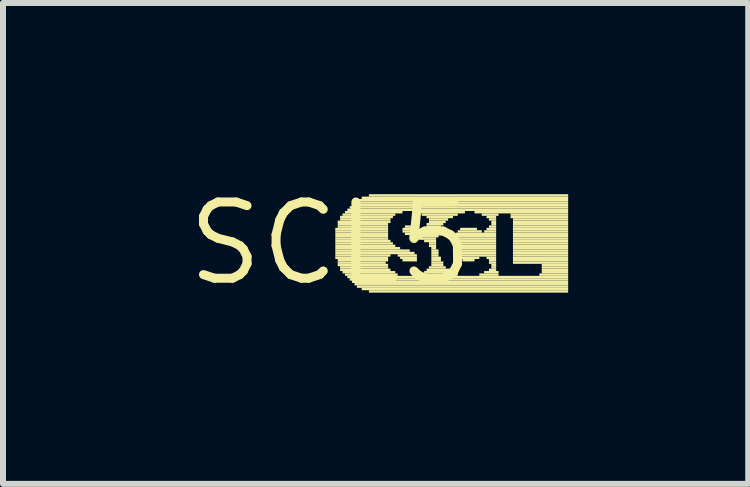
<source format=kicad_pcb>
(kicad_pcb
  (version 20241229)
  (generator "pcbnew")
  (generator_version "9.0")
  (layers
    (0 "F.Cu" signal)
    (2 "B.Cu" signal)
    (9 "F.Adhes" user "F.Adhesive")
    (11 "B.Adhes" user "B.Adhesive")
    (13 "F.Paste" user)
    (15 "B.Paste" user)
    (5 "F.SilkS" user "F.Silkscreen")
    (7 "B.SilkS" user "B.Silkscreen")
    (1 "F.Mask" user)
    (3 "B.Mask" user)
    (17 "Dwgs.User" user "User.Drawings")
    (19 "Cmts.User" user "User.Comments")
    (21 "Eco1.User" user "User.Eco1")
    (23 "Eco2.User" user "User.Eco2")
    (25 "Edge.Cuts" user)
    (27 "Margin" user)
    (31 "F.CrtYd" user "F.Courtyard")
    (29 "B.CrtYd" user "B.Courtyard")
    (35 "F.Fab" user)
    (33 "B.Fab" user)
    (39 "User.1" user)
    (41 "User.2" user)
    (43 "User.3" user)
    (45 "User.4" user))
  (footprint "SCL5"
    (layer "F.Cu")
    (at 2.457 1.006)
    (property "Reference" "SCL5" (at 0 0 0) (layer "F.SilkS") (effects (font (size 1.27 1.27) (thickness 0.15))))
    (attr through_hole)
    (fp_poly (pts (xy 0.08 -0.22) (xy 0.96 -0.22) (xy 0.96 -0.26) (xy 0.08 -0.26)) (stroke (width 0) (type solid)) (fill yes) (layer "F.SilkS"))
    (fp_poly (pts (xy 0.08 -0.18) (xy 0.96 -0.18) (xy 0.96 -0.22) (xy 0.08 -0.22)) (stroke (width 0) (type solid)) (fill yes) (layer "F.SilkS"))
    (fp_poly (pts (xy 0.08 -0.14) (xy 0.96 -0.14) (xy 0.96 -0.18) (xy 0.08 -0.18)) (stroke (width 0) (type solid)) (fill yes) (layer "F.SilkS"))
    (fp_poly (pts (xy 0.08 -0.1) (xy 0.96 -0.1) (xy 0.96 -0.14) (xy 0.08 -0.14)) (stroke (width 0) (type solid)) (fill yes) (layer "F.SilkS"))
    (fp_poly (pts (xy 0.08 -0.06) (xy 0.96 -0.06) (xy 0.96 -0.1) (xy 0.08 -0.1)) (stroke (width 0) (type solid)) (fill yes) (layer "F.SilkS"))
    (fp_poly (pts (xy 0.08 -0.02) (xy 1 -0.02) (xy 1 -0.06) (xy 0.08 -0.06)) (stroke (width 0) (type solid)) (fill yes) (layer "F.SilkS"))
    (fp_poly (pts (xy 0.08 0.02) (xy 1.04 0.02) (xy 1.04 -0.02) (xy 0.08 -0.02)) (stroke (width 0) (type solid)) (fill yes) (layer "F.SilkS"))
    (fp_poly (pts (xy 0.08 0.06) (xy 1.08 0.06) (xy 1.08 0.02) (xy 0.08 0.02)) (stroke (width 0) (type solid)) (fill yes) (layer "F.SilkS"))
    (fp_poly (pts (xy 0.08 0.1) (xy 1.16 0.1) (xy 1.16 0.06) (xy 0.08 0.06)) (stroke (width 0) (type solid)) (fill yes) (layer "F.SilkS"))
    (fp_poly (pts (xy 0.08 0.14) (xy 1.32 0.14) (xy 1.32 0.1) (xy 0.08 0.1)) (stroke (width 0) (type solid)) (fill yes) (layer "F.SilkS"))
    (fp_poly (pts (xy 0.08 0.18) (xy 1.4 0.18) (xy 1.4 0.14) (xy 0.08 0.14)) (stroke (width 0) (type solid)) (fill yes) (layer "F.SilkS"))
    (fp_poly (pts (xy 0.08 0.22) (xy 1 0.22) (xy 1 0.18) (xy 0.08 0.18)) (stroke (width 0) (type solid)) (fill yes) (layer "F.SilkS"))
    (fp_poly (pts (xy 0.08 0.26) (xy 0.96 0.26) (xy 0.96 0.22) (xy 0.08 0.22)) (stroke (width 0) (type solid)) (fill yes) (layer "F.SilkS"))
    (fp_poly (pts (xy 0.12 -0.34) (xy 1 -0.34) (xy 1 -0.38) (xy 0.12 -0.38)) (stroke (width 0) (type solid)) (fill yes) (layer "F.SilkS"))
    (fp_poly (pts (xy 0.12 -0.3) (xy 0.96 -0.3) (xy 0.96 -0.34) (xy 0.12 -0.34)) (stroke (width 0) (type solid)) (fill yes) (layer "F.SilkS"))
    (fp_poly (pts (xy 0.12 -0.26) (xy 0.96 -0.26) (xy 0.96 -0.3) (xy 0.12 -0.3)) (stroke (width 0) (type solid)) (fill yes) (layer "F.SilkS"))
    (fp_poly (pts (xy 0.12 0.3) (xy 0.96 0.3) (xy 0.96 0.26) (xy 0.12 0.26)) (stroke (width 0) (type solid)) (fill yes) (layer "F.SilkS"))
    (fp_poly (pts (xy 0.12 0.34) (xy 0.92 0.34) (xy 0.92 0.3) (xy 0.12 0.3)) (stroke (width 0) (type solid)) (fill yes) (layer "F.SilkS"))
    (fp_poly (pts (xy 0.12 0.38) (xy 0.96 0.38) (xy 0.96 0.34) (xy 0.12 0.34)) (stroke (width 0) (type solid)) (fill yes) (layer "F.SilkS"))
    (fp_poly (pts (xy 0.16 -0.42) (xy 1.04 -0.42) (xy 1.04 -0.46) (xy 0.16 -0.46)) (stroke (width 0) (type solid)) (fill yes) (layer "F.SilkS"))
    (fp_poly (pts (xy 0.16 -0.38) (xy 1 -0.38) (xy 1 -0.42) (xy 0.16 -0.42)) (stroke (width 0) (type solid)) (fill yes) (layer "F.SilkS"))
    (fp_poly (pts (xy 0.16 0.42) (xy 0.96 0.42) (xy 0.96 0.38) (xy 0.16 0.38)) (stroke (width 0) (type solid)) (fill yes) (layer "F.SilkS"))
    (fp_poly (pts (xy 0.16 0.46) (xy 1 0.46) (xy 1 0.42) (xy 0.16 0.42)) (stroke (width 0) (type solid)) (fill yes) (layer "F.SilkS"))
    (fp_poly (pts (xy 0.2 -0.46) (xy 1.08 -0.46) (xy 1.08 -0.5) (xy 0.2 -0.5)) (stroke (width 0) (type solid)) (fill yes) (layer "F.SilkS"))
    (fp_poly (pts (xy 0.2 0.5) (xy 1.08 0.5) (xy 1.08 0.46) (xy 0.2 0.46)) (stroke (width 0) (type solid)) (fill yes) (layer "F.SilkS"))
    (fp_poly (pts (xy 0.24 -0.5) (xy 1.2 -0.5) (xy 1.2 -0.54) (xy 0.24 -0.54)) (stroke (width 0) (type solid)) (fill yes) (layer "F.SilkS"))
    (fp_poly (pts (xy 0.24 0.54) (xy 1.12 0.54) (xy 1.12 0.5) (xy 0.24 0.5)) (stroke (width 0) (type solid)) (fill yes) (layer "F.SilkS"))
    (fp_poly (pts (xy 0.28 -0.54) (xy 3.96 -0.54) (xy 3.96 -0.58) (xy 0.28 -0.58)) (stroke (width 0) (type solid)) (fill yes) (layer "F.SilkS"))
    (fp_poly (pts (xy 0.28 0.58) (xy 3.96 0.58) (xy 3.96 0.54) (xy 0.28 0.54)) (stroke (width 0) (type solid)) (fill yes) (layer "F.SilkS"))
    (fp_poly (pts (xy 0.32 -0.58) (xy 3.96 -0.58) (xy 3.96 -0.62) (xy 0.32 -0.62)) (stroke (width 0) (type solid)) (fill yes) (layer "F.SilkS"))
    (fp_poly (pts (xy 0.32 0.62) (xy 3.96 0.62) (xy 3.96 0.58) (xy 0.32 0.58)) (stroke (width 0) (type solid)) (fill yes) (layer "F.SilkS"))
    (fp_poly (pts (xy 0.36 -0.62) (xy 3.96 -0.62) (xy 3.96 -0.66) (xy 0.36 -0.66)) (stroke (width 0) (type solid)) (fill yes) (layer "F.SilkS"))
    (fp_poly (pts (xy 0.36 0.66) (xy 3.96 0.66) (xy 3.96 0.62) (xy 0.36 0.62)) (stroke (width 0) (type solid)) (fill yes) (layer "F.SilkS"))
    (fp_poly (pts (xy 0.4 -0.66) (xy 3.96 -0.66) (xy 3.96 -0.7) (xy 0.4 -0.7)) (stroke (width 0) (type solid)) (fill yes) (layer "F.SilkS"))
    (fp_poly (pts (xy 0.4 0.7) (xy 3.96 0.7) (xy 3.96 0.66) (xy 0.4 0.66)) (stroke (width 0) (type solid)) (fill yes) (layer "F.SilkS"))
    (fp_poly (pts (xy 0.44 -0.7) (xy 3.96 -0.7) (xy 3.96 -0.74) (xy 0.44 -0.74)) (stroke (width 0) (type solid)) (fill yes) (layer "F.SilkS"))
    (fp_poly (pts (xy 0.44 0.74) (xy 3.96 0.74) (xy 3.96 0.7) (xy 0.44 0.7)) (stroke (width 0) (type solid)) (fill yes) (layer "F.SilkS"))
    (fp_poly (pts (xy 0.52 -0.74) (xy 3.96 -0.74) (xy 3.96 -0.78) (xy 0.52 -0.78)) (stroke (width 0) (type solid)) (fill yes) (layer "F.SilkS"))
    (fp_poly (pts (xy 0.52 0.78) (xy 3.96 0.78) (xy 3.96 0.74) (xy 0.52 0.74)) (stroke (width 0) (type solid)) (fill yes) (layer "F.SilkS"))
    (fp_poly (pts (xy 0.64 -0.78) (xy 3.96 -0.78) (xy 3.96 -0.82) (xy 0.64 -0.82)) (stroke (width 0) (type solid)) (fill yes) (layer "F.SilkS"))
    (fp_poly (pts (xy 0.64 0.82) (xy 3.96 0.82) (xy 3.96 0.78) (xy 0.64 0.78)) (stroke (width 0) (type solid)) (fill yes) (layer "F.SilkS"))
    (fp_poly (pts (xy 1.12 0.22) (xy 1.44 0.22) (xy 1.44 0.18) (xy 1.12 0.18)) (stroke (width 0) (type solid)) (fill yes) (layer "F.SilkS"))
    (fp_poly (pts (xy 1.16 0.26) (xy 1.44 0.26) (xy 1.44 0.22) (xy 1.16 0.22)) (stroke (width 0) (type solid)) (fill yes) (layer "F.SilkS"))
    (fp_poly (pts (xy 1.2 -0.22) (xy 1.44 -0.22) (xy 1.44 -0.26) (xy 1.2 -0.26)) (stroke (width 0) (type solid)) (fill yes) (layer "F.SilkS"))
    (fp_poly (pts (xy 1.2 -0.18) (xy 1.8 -0.18) (xy 1.8 -0.22) (xy 1.2 -0.22)) (stroke (width 0) (type solid)) (fill yes) (layer "F.SilkS"))
    (fp_poly (pts (xy 1.2 0.3) (xy 1.44 0.3) (xy 1.44 0.26) (xy 1.2 0.26)) (stroke (width 0) (type solid)) (fill yes) (layer "F.SilkS"))
    (fp_poly (pts (xy 1.24 -0.26) (xy 1.4 -0.26) (xy 1.4 -0.3) (xy 1.24 -0.3)) (stroke (width 0) (type solid)) (fill yes) (layer "F.SilkS"))
    (fp_poly (pts (xy 1.24 -0.14) (xy 1.8 -0.14) (xy 1.8 -0.18) (xy 1.24 -0.18)) (stroke (width 0) (type solid)) (fill yes) (layer "F.SilkS"))
    (fp_poly (pts (xy 1.32 -0.1) (xy 1.8 -0.1) (xy 1.8 -0.14) (xy 1.32 -0.14)) (stroke (width 0) (type solid)) (fill yes) (layer "F.SilkS"))
    (fp_poly (pts (xy 1.4 -0.5) (xy 2.24 -0.5) (xy 2.24 -0.54) (xy 1.4 -0.54)) (stroke (width 0) (type solid)) (fill yes) (layer "F.SilkS"))
    (fp_poly (pts (xy 1.48 -0.06) (xy 1.76 -0.06) (xy 1.76 -0.1) (xy 1.48 -0.1)) (stroke (width 0) (type solid)) (fill yes) (layer "F.SilkS"))
    (fp_poly (pts (xy 1.48 0.54) (xy 2.12 0.54) (xy 2.12 0.5) (xy 1.48 0.5)) (stroke (width 0) (type solid)) (fill yes) (layer "F.SilkS"))
    (fp_poly (pts (xy 1.52 -0.46) (xy 2.12 -0.46) (xy 2.12 -0.5) (xy 1.52 -0.5)) (stroke (width 0) (type solid)) (fill yes) (layer "F.SilkS"))
    (fp_poly (pts (xy 1.56 -0.22) (xy 1.84 -0.22) (xy 1.84 -0.26) (xy 1.56 -0.26)) (stroke (width 0) (type solid)) (fill yes) (layer "F.SilkS"))
    (fp_poly (pts (xy 1.56 -0.02) (xy 1.76 -0.02) (xy 1.76 -0.06) (xy 1.56 -0.06)) (stroke (width 0) (type solid)) (fill yes) (layer "F.SilkS"))
    (fp_poly (pts (xy 1.56 0.5) (xy 2.04 0.5) (xy 2.04 0.46) (xy 1.56 0.46)) (stroke (width 0) (type solid)) (fill yes) (layer "F.SilkS"))
    (fp_poly (pts (xy 1.6 -0.42) (xy 2.04 -0.42) (xy 2.04 -0.46) (xy 1.6 -0.46)) (stroke (width 0) (type solid)) (fill yes) (layer "F.SilkS"))
    (fp_poly (pts (xy 1.6 -0.3) (xy 1.88 -0.3) (xy 1.88 -0.34) (xy 1.6 -0.34)) (stroke (width 0) (type solid)) (fill yes) (layer "F.SilkS"))
    (fp_poly (pts (xy 1.6 -0.26) (xy 1.84 -0.26) (xy 1.84 -0.3) (xy 1.6 -0.3)) (stroke (width 0) (type solid)) (fill yes) (layer "F.SilkS"))
    (fp_poly (pts (xy 1.6 0.46) (xy 2 0.46) (xy 2 0.42) (xy 1.6 0.42)) (stroke (width 0) (type solid)) (fill yes) (layer "F.SilkS"))
    (fp_poly (pts (xy 1.64 -0.38) (xy 1.96 -0.38) (xy 1.96 -0.42) (xy 1.64 -0.42)) (stroke (width 0) (type solid)) (fill yes) (layer "F.SilkS"))
    (fp_poly (pts (xy 1.64 -0.34) (xy 1.92 -0.34) (xy 1.92 -0.38) (xy 1.64 -0.38)) (stroke (width 0) (type solid)) (fill yes) (layer "F.SilkS"))
    (fp_poly (pts (xy 1.64 0.02) (xy 1.76 0.02) (xy 1.76 -0.02) (xy 1.64 -0.02)) (stroke (width 0) (type solid)) (fill yes) (layer "F.SilkS"))
    (fp_poly (pts (xy 1.64 0.06) (xy 1.76 0.06) (xy 1.76 0.02) (xy 1.64 0.02)) (stroke (width 0) (type solid)) (fill yes) (layer "F.SilkS"))
    (fp_poly (pts (xy 1.64 0.42) (xy 1.92 0.42) (xy 1.92 0.38) (xy 1.64 0.38)) (stroke (width 0) (type solid)) (fill yes) (layer "F.SilkS"))
    (fp_poly (pts (xy 1.68 0.1) (xy 1.76 0.1) (xy 1.76 0.06) (xy 1.68 0.06)) (stroke (width 0) (type solid)) (fill yes) (layer "F.SilkS"))
    (fp_poly (pts (xy 1.68 0.14) (xy 1.8 0.14) (xy 1.8 0.1) (xy 1.68 0.1)) (stroke (width 0) (type solid)) (fill yes) (layer "F.SilkS"))
    (fp_poly (pts (xy 1.68 0.18) (xy 1.8 0.18) (xy 1.8 0.14) (xy 1.68 0.14)) (stroke (width 0) (type solid)) (fill yes) (layer "F.SilkS"))
    (fp_poly (pts (xy 1.68 0.22) (xy 1.8 0.22) (xy 1.8 0.18) (xy 1.68 0.18)) (stroke (width 0) (type solid)) (fill yes) (layer "F.SilkS"))
    (fp_poly (pts (xy 1.68 0.26) (xy 1.84 0.26) (xy 1.84 0.22) (xy 1.68 0.22)) (stroke (width 0) (type solid)) (fill yes) (layer "F.SilkS"))
    (fp_poly (pts (xy 1.68 0.3) (xy 1.84 0.3) (xy 1.84 0.26) (xy 1.68 0.26)) (stroke (width 0) (type solid)) (fill yes) (layer "F.SilkS"))
    (fp_poly (pts (xy 1.68 0.34) (xy 1.88 0.34) (xy 1.88 0.3) (xy 1.68 0.3)) (stroke (width 0) (type solid)) (fill yes) (layer "F.SilkS"))
    (fp_poly (pts (xy 1.68 0.38) (xy 1.88 0.38) (xy 1.88 0.34) (xy 1.68 0.34)) (stroke (width 0) (type solid)) (fill yes) (layer "F.SilkS"))
    (fp_poly (pts (xy 2.04 -0.1) (xy 2.76 -0.1) (xy 2.76 -0.14) (xy 2.04 -0.14)) (stroke (width 0) (type solid)) (fill yes) (layer "F.SilkS"))
    (fp_poly (pts (xy 2.04 -0.06) (xy 2.76 -0.06) (xy 2.76 -0.1) (xy 2.04 -0.1)) (stroke (width 0) (type solid)) (fill yes) (layer "F.SilkS"))
    (fp_poly (pts (xy 2.04 -0.02) (xy 2.76 -0.02) (xy 2.76 -0.06) (xy 2.04 -0.06)) (stroke (width 0) (type solid)) (fill yes) (layer "F.SilkS"))
    (fp_poly (pts (xy 2.04 0.02) (xy 2.76 0.02) (xy 2.76 -0.02) (xy 2.04 -0.02)) (stroke (width 0) (type solid)) (fill yes) (layer "F.SilkS"))
    (fp_poly (pts (xy 2.04 0.06) (xy 2.76 0.06) (xy 2.76 0.02) (xy 2.04 0.02)) (stroke (width 0) (type solid)) (fill yes) (layer "F.SilkS"))
    (fp_poly (pts (xy 2.04 0.1) (xy 2.76 0.1) (xy 2.76 0.06) (xy 2.04 0.06)) (stroke (width 0) (type solid)) (fill yes) (layer "F.SilkS"))
    (fp_poly (pts (xy 2.04 0.14) (xy 2.76 0.14) (xy 2.76 0.1) (xy 2.04 0.1)) (stroke (width 0) (type solid)) (fill yes) (layer "F.SilkS"))
    (fp_poly (pts (xy 2.04 0.18) (xy 2.76 0.18) (xy 2.76 0.14) (xy 2.04 0.14)) (stroke (width 0) (type solid)) (fill yes) (layer "F.SilkS"))
    (fp_poly (pts (xy 2.08 -0.14) (xy 2.76 -0.14) (xy 2.76 -0.18) (xy 2.08 -0.18)) (stroke (width 0) (type solid)) (fill yes) (layer "F.SilkS"))
    (fp_poly (pts (xy 2.08 0.22) (xy 2.76 0.22) (xy 2.76 0.18) (xy 2.08 0.18)) (stroke (width 0) (type solid)) (fill yes) (layer "F.SilkS"))
    (fp_poly (pts (xy 2.12 -0.18) (xy 2.52 -0.18) (xy 2.52 -0.22) (xy 2.12 -0.22)) (stroke (width 0) (type solid)) (fill yes) (layer "F.SilkS"))
    (fp_poly (pts (xy 2.12 0.26) (xy 2.48 0.26) (xy 2.48 0.22) (xy 2.12 0.22)) (stroke (width 0) (type solid)) (fill yes) (layer "F.SilkS"))
    (fp_poly (pts (xy 2.16 -0.22) (xy 2.44 -0.22) (xy 2.44 -0.26) (xy 2.16 -0.26)) (stroke (width 0) (type solid)) (fill yes) (layer "F.SilkS"))
    (fp_poly (pts (xy 2.2 0.3) (xy 2.4 0.3) (xy 2.4 0.26) (xy 2.2 0.26)) (stroke (width 0) (type solid)) (fill yes) (layer "F.SilkS"))
    (fp_poly (pts (xy 2.4 -0.5) (xy 3.96 -0.5) (xy 3.96 -0.54) (xy 2.4 -0.54)) (stroke (width 0) (type solid)) (fill yes) (layer "F.SilkS"))
    (fp_poly (pts (xy 2.48 0.54) (xy 2.8 0.54) (xy 2.8 0.5) (xy 2.48 0.5)) (stroke (width 0) (type solid)) (fill yes) (layer "F.SilkS"))
    (fp_poly (pts (xy 2.52 -0.46) (xy 2.8 -0.46) (xy 2.8 -0.5) (xy 2.52 -0.5)) (stroke (width 0) (type solid)) (fill yes) (layer "F.SilkS"))
    (fp_poly (pts (xy 2.56 -0.18) (xy 2.76 -0.18) (xy 2.76 -0.22) (xy 2.56 -0.22)) (stroke (width 0) (type solid)) (fill yes) (layer "F.SilkS"))
    (fp_poly (pts (xy 2.56 0.5) (xy 2.8 0.5) (xy 2.8 0.46) (xy 2.56 0.46)) (stroke (width 0) (type solid)) (fill yes) (layer "F.SilkS"))
    (fp_poly (pts (xy 2.6 -0.42) (xy 2.76 -0.42) (xy 2.76 -0.46) (xy 2.6 -0.46)) (stroke (width 0) (type solid)) (fill yes) (layer "F.SilkS"))
    (fp_poly (pts (xy 2.6 -0.22) (xy 2.76 -0.22) (xy 2.76 -0.26) (xy 2.6 -0.26)) (stroke (width 0) (type solid)) (fill yes) (layer "F.SilkS"))
    (fp_poly (pts (xy 2.6 0.26) (xy 2.76 0.26) (xy 2.76 0.22) (xy 2.6 0.22)) (stroke (width 0) (type solid)) (fill yes) (layer "F.SilkS"))
    (fp_poly (pts (xy 2.64 -0.38) (xy 2.76 -0.38) (xy 2.76 -0.42) (xy 2.64 -0.42)) (stroke (width 0) (type solid)) (fill yes) (layer "F.SilkS"))
    (fp_poly (pts (xy 2.64 -0.26) (xy 2.76 -0.26) (xy 2.76 -0.3) (xy 2.64 -0.3)) (stroke (width 0) (type solid)) (fill yes) (layer "F.SilkS"))
    (fp_poly (pts (xy 2.64 0.3) (xy 2.76 0.3) (xy 2.76 0.26) (xy 2.64 0.26)) (stroke (width 0) (type solid)) (fill yes) (layer "F.SilkS"))
    (fp_poly (pts (xy 2.64 0.34) (xy 2.76 0.34) (xy 2.76 0.3) (xy 2.64 0.3)) (stroke (width 0) (type solid)) (fill yes) (layer "F.SilkS"))
    (fp_poly (pts (xy 2.64 0.46) (xy 2.76 0.46) (xy 2.76 0.42) (xy 2.64 0.42)) (stroke (width 0) (type solid)) (fill yes) (layer "F.SilkS"))
    (fp_poly (pts (xy 2.68 -0.34) (xy 2.76 -0.34) (xy 2.76 -0.38) (xy 2.68 -0.38)) (stroke (width 0) (type solid)) (fill yes) (layer "F.SilkS"))
    (fp_poly (pts (xy 2.68 -0.3) (xy 2.76 -0.3) (xy 2.76 -0.34) (xy 2.68 -0.34)) (stroke (width 0) (type solid)) (fill yes) (layer "F.SilkS"))
    (fp_poly (pts (xy 2.68 0.38) (xy 2.76 0.38) (xy 2.76 0.34) (xy 2.68 0.34)) (stroke (width 0) (type solid)) (fill yes) (layer "F.SilkS"))
    (fp_poly (pts (xy 2.68 0.42) (xy 2.76 0.42) (xy 2.76 0.38) (xy 2.68 0.38)) (stroke (width 0) (type solid)) (fill yes) (layer "F.SilkS"))
    (fp_poly (pts (xy 3 -0.46) (xy 3.96 -0.46) (xy 3.96 -0.5) (xy 3 -0.5)) (stroke (width 0) (type solid)) (fill yes) (layer "F.SilkS"))
    (fp_poly (pts (xy 3 -0.42) (xy 3.96 -0.42) (xy 3.96 -0.46) (xy 3 -0.46)) (stroke (width 0) (type solid)) (fill yes) (layer "F.SilkS"))
    (fp_poly (pts (xy 3.04 -0.38) (xy 3.96 -0.38) (xy 3.96 -0.42) (xy 3.04 -0.42)) (stroke (width 0) (type solid)) (fill yes) (layer "F.SilkS"))
    (fp_poly (pts (xy 3.04 -0.34) (xy 3.96 -0.34) (xy 3.96 -0.38) (xy 3.04 -0.38)) (stroke (width 0) (type solid)) (fill yes) (layer "F.SilkS"))
    (fp_poly (pts (xy 3.04 -0.3) (xy 3.96 -0.3) (xy 3.96 -0.34) (xy 3.04 -0.34)) (stroke (width 0) (type solid)) (fill yes) (layer "F.SilkS"))
    (fp_poly (pts (xy 3.04 -0.26) (xy 3.96 -0.26) (xy 3.96 -0.3) (xy 3.04 -0.3)) (stroke (width 0) (type solid)) (fill yes) (layer "F.SilkS"))
    (fp_poly (pts (xy 3.04 -0.22) (xy 3.96 -0.22) (xy 3.96 -0.26) (xy 3.04 -0.26)) (stroke (width 0) (type solid)) (fill yes) (layer "F.SilkS"))
    (fp_poly (pts (xy 3.04 -0.18) (xy 3.96 -0.18) (xy 3.96 -0.22) (xy 3.04 -0.22)) (stroke (width 0) (type solid)) (fill yes) (layer "F.SilkS"))
    (fp_poly (pts (xy 3.04 -0.14) (xy 3.96 -0.14) (xy 3.96 -0.18) (xy 3.04 -0.18)) (stroke (width 0) (type solid)) (fill yes) (layer "F.SilkS"))
    (fp_poly (pts (xy 3.04 -0.1) (xy 3.96 -0.1) (xy 3.96 -0.14) (xy 3.04 -0.14)) (stroke (width 0) (type solid)) (fill yes) (layer "F.SilkS"))
    (fp_poly (pts (xy 3.04 -0.06) (xy 3.96 -0.06) (xy 3.96 -0.1) (xy 3.04 -0.1)) (stroke (width 0) (type solid)) (fill yes) (layer "F.SilkS"))
    (fp_poly (pts (xy 3.04 -0.02) (xy 3.96 -0.02) (xy 3.96 -0.06) (xy 3.04 -0.06)) (stroke (width 0) (type solid)) (fill yes) (layer "F.SilkS"))
    (fp_poly (pts (xy 3.04 0.02) (xy 3.96 0.02) (xy 3.96 -0.02) (xy 3.04 -0.02)) (stroke (width 0) (type solid)) (fill yes) (layer "F.SilkS"))
    (fp_poly (pts (xy 3.04 0.06) (xy 3.96 0.06) (xy 3.96 0.02) (xy 3.04 0.02)) (stroke (width 0) (type solid)) (fill yes) (layer "F.SilkS"))
    (fp_poly (pts (xy 3.04 0.1) (xy 3.96 0.1) (xy 3.96 0.06) (xy 3.04 0.06)) (stroke (width 0) (type solid)) (fill yes) (layer "F.SilkS"))
    (fp_poly (pts (xy 3.04 0.14) (xy 3.96 0.14) (xy 3.96 0.1) (xy 3.04 0.1)) (stroke (width 0) (type solid)) (fill yes) (layer "F.SilkS"))
    (fp_poly (pts (xy 3.04 0.18) (xy 3.96 0.18) (xy 3.96 0.14) (xy 3.04 0.14)) (stroke (width 0) (type solid)) (fill yes) (layer "F.SilkS"))
    (fp_poly (pts (xy 3.04 0.22) (xy 3.96 0.22) (xy 3.96 0.18) (xy 3.04 0.18)) (stroke (width 0) (type solid)) (fill yes) (layer "F.SilkS"))
    (fp_poly (pts (xy 3.04 0.26) (xy 3.96 0.26) (xy 3.96 0.22) (xy 3.04 0.22)) (stroke (width 0) (type solid)) (fill yes) (layer "F.SilkS"))
    (fp_poly (pts (xy 3.04 0.3) (xy 3.96 0.3) (xy 3.96 0.26) (xy 3.04 0.26)) (stroke (width 0) (type solid)) (fill yes) (layer "F.SilkS"))
    (fp_poly (pts (xy 3.04 0.34) (xy 3.96 0.34) (xy 3.96 0.3) (xy 3.04 0.3)) (stroke (width 0) (type solid)) (fill yes) (layer "F.SilkS"))
    (fp_poly (pts (xy 3.48 0.54) (xy 3.96 0.54) (xy 3.96 0.5) (xy 3.48 0.5)) (stroke (width 0) (type solid)) (fill yes) (layer "F.SilkS"))
    (fp_poly (pts (xy 3.52 0.38) (xy 3.96 0.38) (xy 3.96 0.34) (xy 3.52 0.34)) (stroke (width 0) (type solid)) (fill yes) (layer "F.SilkS"))
    (fp_poly (pts (xy 3.52 0.42) (xy 3.96 0.42) (xy 3.96 0.38) (xy 3.52 0.38)) (stroke (width 0) (type solid)) (fill yes) (layer "F.SilkS"))
    (fp_poly (pts (xy 3.52 0.46) (xy 3.96 0.46) (xy 3.96 0.42) (xy 3.52 0.42)) (stroke (width 0) (type solid)) (fill yes) (layer "F.SilkS"))
    (fp_poly (pts (xy 3.52 0.5) (xy 3.96 0.5) (xy 3.96 0.46) (xy 3.52 0.46)) (stroke (width 0) (type solid)) (fill yes) (layer "F.SilkS")))
  (gr_rect
    (start -3 -3)
    (end 9.417 5.012)
    (stroke (width 0.1) (type default))
    (fill no)
    (layer "Edge.Cuts")))
</source>
